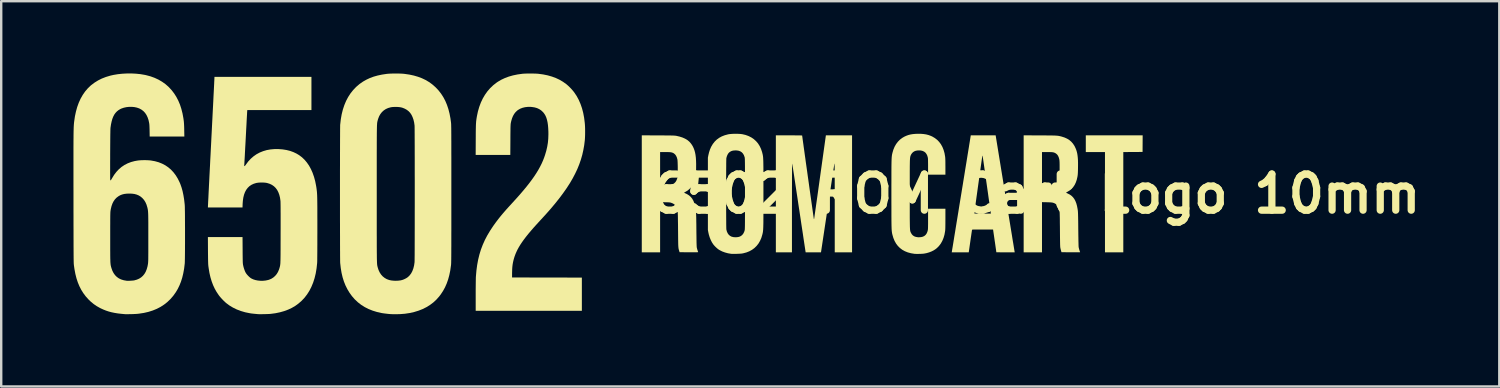
<source format=kicad_pcb>
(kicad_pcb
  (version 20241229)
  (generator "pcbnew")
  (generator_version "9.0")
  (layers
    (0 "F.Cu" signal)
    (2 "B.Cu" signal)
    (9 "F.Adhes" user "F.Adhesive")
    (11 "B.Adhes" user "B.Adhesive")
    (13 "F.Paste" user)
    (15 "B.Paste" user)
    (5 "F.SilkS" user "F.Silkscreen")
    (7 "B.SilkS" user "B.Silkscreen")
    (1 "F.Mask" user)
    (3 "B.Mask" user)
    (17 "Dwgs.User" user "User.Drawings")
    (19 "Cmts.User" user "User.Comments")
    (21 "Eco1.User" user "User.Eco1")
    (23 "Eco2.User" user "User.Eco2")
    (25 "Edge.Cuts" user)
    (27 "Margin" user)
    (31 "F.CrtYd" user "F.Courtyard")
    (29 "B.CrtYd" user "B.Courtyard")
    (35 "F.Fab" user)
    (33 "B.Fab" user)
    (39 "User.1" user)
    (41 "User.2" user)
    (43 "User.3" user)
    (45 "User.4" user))
  (footprint "6502 ROM Cart Logo 10mm"
    (layer "F.Cu")
    (at 39.973 4.998)
    (property "Reference" "6502 ROM Cart Logo 10mm" (at 0 0 0) (layer "F.SilkS") (effects (font (size 1.5 1.5) (thickness 0.3))))
    (attr board_only exclude_from_pos_files exclude_from_bom)
    (fp_poly (pts (xy 4.419 -2.084) (xy 4.417 -1.739) (xy 4.017 -1.737) (xy 3.617 -1.734) (xy 3.617 0.347) (xy 3.617 2.428) (xy 3.236 2.428) (xy 2.856 2.428) (xy 2.856 0.347) (xy 2.856 -1.735) (xy 2.458 -1.735) (xy 2.06 -1.735) (xy 2.06 -2.081) (xy 2.06 -2.428) (xy 3.241 -2.428) (xy 4.421 -2.428)) (stroke (width 0) (type solid)) (fill yes) (layer "F.SilkS"))
    (fp_poly (pts (xy -10.16 -2.428) (xy -10.065 -2.428) (xy -9.979 -2.427) (xy -9.903 -2.427) (xy -9.839 -2.426) (xy -9.787 -2.425) (xy -9.749 -2.423) (xy -9.725 -2.422) (xy -9.717 -2.421) (xy -9.716 -2.411) (xy -9.713 -2.385) (xy -9.707 -2.345) (xy -9.7 -2.29) (xy -9.691 -2.223) (xy -9.68 -2.144) (xy -9.667 -2.054) (xy -9.654 -1.954) (xy -9.638 -1.845) (xy -9.622 -1.728) (xy -9.605 -1.603) (xy -9.586 -1.473) (xy -9.568 -1.337) (xy -9.548 -1.197) (xy -9.528 -1.054) (xy -9.507 -0.908) (xy -9.487 -0.761) (xy -9.466 -0.613) (xy -9.445 -0.466) (xy -9.425 -0.32) (xy -9.405 -0.177) (xy -9.385 -0.037) (xy -9.366 0.099) (xy -9.347 0.23) (xy -9.33 0.354) (xy -9.313 0.471) (xy -9.298 0.58) (xy -9.284 0.681) (xy -9.271 0.771) (xy -9.26 0.85) (xy -9.25 0.917) (xy -9.242 0.971) (xy -9.236 1.012) (xy -9.232 1.038) (xy -9.231 1.048) (xy -9.231 1.048) (xy -9.222 1.048) (xy -9.222 1.047) (xy -9.22 1.038) (xy -9.216 1.014) (xy -9.21 0.974) (xy -9.202 0.919) (xy -9.193 0.851) (xy -9.181 0.771) (xy -9.168 0.678) (xy -9.153 0.574) (xy -9.137 0.459) (xy -9.119 0.335) (xy -9.1 0.201) (xy -9.08 0.06) (xy -9.059 -0.089) (xy -9.038 -0.244) (xy -9.015 -0.405) (xy -8.992 -0.572) (xy -8.975 -0.693) (xy -8.732 -2.428) (xy -8.188 -2.428) (xy -7.645 -2.428) (xy -7.645 0) (xy -7.645 2.428) (xy -8.004 2.428) (xy -8.364 2.428) (xy -8.364 0.588) (xy -8.364 0.396) (xy -8.364 0.211) (xy -8.364 0.035) (xy -8.364 -0.133) (xy -8.365 -0.292) (xy -8.365 -0.441) (xy -8.365 -0.579) (xy -8.366 -0.706) (xy -8.366 -0.822) (xy -8.367 -0.925) (xy -8.367 -1.015) (xy -8.368 -1.092) (xy -8.369 -1.154) (xy -8.369 -1.202) (xy -8.37 -1.234) (xy -8.371 -1.25) (xy -8.371 -1.252) (xy -8.372 -1.253) (xy -8.373 -1.253) (xy -8.374 -1.254) (xy -8.375 -1.253) (xy -8.376 -1.251) (xy -8.377 -1.247) (xy -8.379 -1.24) (xy -8.381 -1.229) (xy -8.384 -1.214) (xy -8.387 -1.194) (xy -8.391 -1.169) (xy -8.397 -1.138) (xy -8.402 -1.1) (xy -8.41 -1.055) (xy -8.418 -1.002) (xy -8.427 -0.94) (xy -8.438 -0.869) (xy -8.45 -0.788) (xy -8.464 -0.697) (xy -8.48 -0.594) (xy -8.497 -0.48) (xy -8.516 -0.353) (xy -8.537 -0.213) (xy -8.56 -0.059) (xy -8.586 0.109) (xy -8.613 0.292) (xy -8.643 0.491) (xy -8.665 0.637) (xy -8.935 2.428) (xy -9.254 2.428) (xy -9.572 2.428) (xy -9.577 2.397) (xy -9.579 2.385) (xy -9.583 2.357) (xy -9.59 2.315) (xy -9.598 2.259) (xy -9.609 2.19) (xy -9.621 2.109) (xy -9.635 2.017) (xy -9.65 1.916) (xy -9.667 1.805) (xy -9.684 1.687) (xy -9.703 1.561) (xy -9.723 1.43) (xy -9.744 1.294) (xy -9.765 1.153) (xy -9.786 1.01) (xy -9.808 0.864) (xy -9.83 0.718) (xy -9.853 0.571) (xy -9.875 0.425) (xy -9.896 0.282) (xy -9.917 0.14) (xy -9.938 0.003) (xy -9.958 -0.129) (xy -9.977 -0.256) (xy -9.995 -0.376) (xy -10.012 -0.488) (xy -10.028 -0.592) (xy -10.042 -0.686) (xy -10.054 -0.769) (xy -10.065 -0.841) (xy -10.074 -0.9) (xy -10.079 -0.933) (xy -10.09 -1.004) (xy -10.1 -1.07) (xy -10.11 -1.128) (xy -10.118 -1.177) (xy -10.125 -1.216) (xy -10.13 -1.241) (xy -10.133 -1.252) (xy -10.134 -1.252) (xy -10.134 -1.244) (xy -10.135 -1.219) (xy -10.136 -1.18) (xy -10.136 -1.125) (xy -10.137 -1.057) (xy -10.137 -0.975) (xy -10.138 -0.882) (xy -10.138 -0.776) (xy -10.139 -0.66) (xy -10.139 -0.534) (xy -10.139 -0.399) (xy -10.14 -0.255) (xy -10.14 -0.104) (xy -10.14 0.055) (xy -10.14 0.219) (xy -10.14 0.389) (xy -10.141 0.564) (xy -10.141 0.588) (xy -10.141 2.428) (xy -10.475 2.428) (xy -10.809 2.428) (xy -10.809 0) (xy -10.809 -2.428) (xy -10.263 -2.428)) (stroke (width 0) (type solid)) (fill yes) (layer "F.SilkS"))
    (fp_poly (pts (xy -1.291 -0.019) (xy -1.259 0.181) (xy -1.227 0.376) (xy -1.196 0.567) (xy -1.166 0.752) (xy -1.137 0.93) (xy -1.109 1.102) (xy -1.082 1.266) (xy -1.057 1.422) (xy -1.033 1.569) (xy -1.01 1.707) (xy -0.99 1.834) (xy -0.971 1.951) (xy -0.953 2.055) (xy -0.938 2.148) (xy -0.925 2.228) (xy -0.914 2.294) (xy -0.906 2.346) (xy -0.9 2.382) (xy -0.896 2.404) (xy -0.895 2.409) (xy -0.891 2.428) (xy -1.272 2.428) (xy -1.351 2.428) (xy -1.424 2.428) (xy -1.49 2.428) (xy -1.547 2.427) (xy -1.594 2.427) (xy -1.628 2.426) (xy -1.649 2.425) (xy -1.654 2.425) (xy -1.655 2.416) (xy -1.659 2.392) (xy -1.664 2.354) (xy -1.671 2.304) (xy -1.68 2.243) (xy -1.69 2.173) (xy -1.701 2.096) (xy -1.713 2.012) (xy -1.722 1.954) (xy -1.734 1.867) (xy -1.746 1.786) (xy -1.757 1.71) (xy -1.767 1.644) (xy -1.775 1.586) (xy -1.782 1.54) (xy -1.786 1.507) (xy -1.789 1.488) (xy -1.79 1.484) (xy -1.798 1.483) (xy -1.821 1.483) (xy -1.859 1.482) (xy -1.908 1.482) (xy -1.968 1.481) (xy -2.037 1.481) (xy -2.114 1.481) (xy -2.196 1.481) (xy -2.225 1.481) (xy -2.322 1.481) (xy -2.403 1.481) (xy -2.471 1.481) (xy -2.525 1.482) (xy -2.569 1.482) (xy -2.602 1.483) (xy -2.626 1.484) (xy -2.643 1.486) (xy -2.654 1.488) (xy -2.66 1.49) (xy -2.663 1.493) (xy -2.664 1.495) (xy -2.666 1.506) (xy -2.67 1.533) (xy -2.676 1.572) (xy -2.684 1.624) (xy -2.693 1.686) (xy -2.703 1.757) (xy -2.715 1.835) (xy -2.727 1.919) (xy -2.734 1.969) (xy -2.8 2.428) (xy -3.154 2.428) (xy -3.507 2.428) (xy -3.503 2.409) (xy -3.501 2.4) (xy -3.497 2.374) (xy -3.491 2.334) (xy -3.482 2.279) (xy -3.47 2.211) (xy -3.457 2.13) (xy -3.442 2.038) (xy -3.425 1.934) (xy -3.407 1.82) (xy -3.387 1.697) (xy -3.365 1.566) (xy -3.343 1.427) (xy -3.319 1.28) (xy -3.294 1.128) (xy -3.268 0.971) (xy -3.242 0.809) (xy -3.241 0.806) (xy -2.568 0.806) (xy -2.567 0.81) (xy -2.563 0.813) (xy -2.555 0.815) (xy -2.542 0.817) (xy -2.521 0.818) (xy -2.491 0.819) (xy -2.451 0.82) (xy -2.398 0.82) (xy -2.333 0.821) (xy -2.252 0.821) (xy -2.224 0.821) (xy -1.881 0.821) (xy -1.886 0.793) (xy -1.887 0.782) (xy -1.891 0.754) (xy -1.897 0.712) (xy -1.905 0.656) (xy -1.915 0.588) (xy -1.927 0.507) (xy -1.94 0.415) (xy -1.954 0.314) (xy -1.97 0.204) (xy -1.987 0.085) (xy -2.004 -0.04) (xy -2.023 -0.171) (xy -2.042 -0.307) (xy -2.056 -0.406) (xy -2.076 -0.544) (xy -2.095 -0.679) (xy -2.113 -0.807) (xy -2.13 -0.929) (xy -2.147 -1.044) (xy -2.162 -1.15) (xy -2.176 -1.246) (xy -2.188 -1.333) (xy -2.199 -1.408) (xy -2.209 -1.471) (xy -2.216 -1.52) (xy -2.221 -1.556) (xy -2.225 -1.576) (xy -2.226 -1.581) (xy -2.234 -1.58) (xy -2.235 -1.58) (xy -2.236 -1.571) (xy -2.24 -1.547) (xy -2.246 -1.508) (xy -2.254 -1.456) (xy -2.263 -1.392) (xy -2.274 -1.316) (xy -2.286 -1.231) (xy -2.299 -1.137) (xy -2.313 -1.036) (xy -2.329 -0.928) (xy -2.344 -0.815) (xy -2.361 -0.698) (xy -2.378 -0.578) (xy -2.395 -0.456) (xy -2.412 -0.334) (xy -2.429 -0.212) (xy -2.446 -0.091) (xy -2.462 0.026) (xy -2.478 0.14) (xy -2.493 0.249) (xy -2.507 0.351) (xy -2.52 0.446) (xy -2.532 0.532) (xy -2.542 0.609) (xy -2.551 0.675) (xy -2.558 0.728) (xy -2.564 0.769) (xy -2.567 0.795) (xy -2.568 0.806) (xy -3.241 0.806) (xy -3.215 0.643) (xy -3.188 0.475) (xy -3.16 0.305) (xy -3.132 0.133) (xy -3.104 -0.038) (xy -3.076 -0.21) (xy -3.048 -0.38) (xy -3.021 -0.548) (xy -2.994 -0.713) (xy -2.968 -0.874) (xy -2.943 -1.03) (xy -2.918 -1.182) (xy -2.894 -1.327) (xy -2.872 -1.465) (xy -2.851 -1.595) (xy -2.831 -1.717) (xy -2.813 -1.829) (xy -2.796 -1.93) (xy -2.782 -2.021) (xy -2.769 -2.1) (xy -2.758 -2.166) (xy -2.752 -2.206) (xy -2.716 -2.428) (xy -2.2 -2.428) (xy -1.683 -2.428)) (stroke (width 0) (type solid)) (fill yes) (layer "F.SilkS"))
    (fp_poly (pts (xy -15.702 -2.426) (xy -15.576 -2.426) (xy -15.467 -2.425) (xy -15.372 -2.424) (xy -15.29 -2.424) (xy -15.221 -2.423) (xy -15.162 -2.422) (xy -15.113 -2.421) (xy -15.072 -2.42) (xy -15.039 -2.418) (xy -15.011 -2.416) (xy -14.988 -2.414) (xy -14.969 -2.412) (xy -14.952 -2.41) (xy -14.946 -2.409) (xy -14.811 -2.378) (xy -14.688 -2.339) (xy -14.58 -2.291) (xy -14.485 -2.234) (xy -14.405 -2.169) (xy -14.358 -2.118) (xy -14.306 -2.05) (xy -14.261 -1.977) (xy -14.223 -1.899) (xy -14.191 -1.814) (xy -14.165 -1.721) (xy -14.145 -1.618) (xy -14.131 -1.504) (xy -14.123 -1.379) (xy -14.119 -1.239) (xy -14.12 -1.085) (xy -14.12 -1.053) (xy -14.124 -0.942) (xy -14.13 -0.846) (xy -14.138 -0.761) (xy -14.149 -0.685) (xy -14.164 -0.617) (xy -14.182 -0.552) (xy -14.204 -0.49) (xy -14.211 -0.471) (xy -14.259 -0.373) (xy -14.321 -0.282) (xy -14.395 -0.202) (xy -14.478 -0.133) (xy -14.57 -0.078) (xy -14.585 -0.071) (xy -14.608 -0.058) (xy -14.615 -0.048) (xy -14.606 -0.039) (xy -14.593 -0.033) (xy -14.497 0.012) (xy -14.414 0.065) (xy -14.343 0.127) (xy -14.284 0.2) (xy -14.235 0.285) (xy -14.195 0.383) (xy -14.177 0.441) (xy -14.167 0.478) (xy -14.158 0.513) (xy -14.151 0.547) (xy -14.144 0.583) (xy -14.138 0.62) (xy -14.133 0.661) (xy -14.128 0.706) (xy -14.124 0.758) (xy -14.121 0.816) (xy -14.119 0.883) (xy -14.116 0.959) (xy -14.114 1.046) (xy -14.113 1.145) (xy -14.111 1.258) (xy -14.11 1.386) (xy -14.109 1.493) (xy -14.108 1.621) (xy -14.106 1.732) (xy -14.105 1.83) (xy -14.104 1.913) (xy -14.103 1.984) (xy -14.102 2.044) (xy -14.1 2.094) (xy -14.099 2.135) (xy -14.097 2.168) (xy -14.096 2.195) (xy -14.094 2.216) (xy -14.091 2.232) (xy -14.089 2.246) (xy -14.088 2.248) (xy -14.071 2.312) (xy -14.05 2.377) (xy -14.037 2.414) (xy -14.036 2.417) (xy -14.038 2.42) (xy -14.044 2.422) (xy -14.056 2.424) (xy -14.074 2.425) (xy -14.101 2.426) (xy -14.138 2.427) (xy -14.185 2.427) (xy -14.245 2.427) (xy -14.32 2.427) (xy -14.409 2.426) (xy -14.418 2.426) (xy -14.806 2.424) (xy -14.822 2.373) (xy -14.829 2.35) (xy -14.835 2.328) (xy -14.841 2.308) (xy -14.846 2.288) (xy -14.85 2.266) (xy -14.853 2.241) (xy -14.856 2.213) (xy -14.859 2.179) (xy -14.861 2.139) (xy -14.863 2.092) (xy -14.864 2.036) (xy -14.865 1.97) (xy -14.866 1.892) (xy -14.867 1.802) (xy -14.868 1.698) (xy -14.869 1.58) (xy -14.87 1.502) (xy -14.871 1.372) (xy -14.872 1.258) (xy -14.874 1.159) (xy -14.875 1.073) (xy -14.876 0.999) (xy -14.877 0.937) (xy -14.878 0.885) (xy -14.88 0.841) (xy -14.881 0.806) (xy -14.883 0.777) (xy -14.885 0.754) (xy -14.887 0.735) (xy -14.89 0.719) (xy -14.89 0.717) (xy -14.91 0.632) (xy -14.934 0.562) (xy -14.964 0.504) (xy -15.003 0.458) (xy -15.05 0.42) (xy -15.109 0.389) (xy -15.158 0.371) (xy -15.178 0.365) (xy -15.198 0.36) (xy -15.221 0.357) (xy -15.251 0.354) (xy -15.289 0.352) (xy -15.338 0.351) (xy -15.401 0.349) (xy -15.414 0.349) (xy -15.615 0.345) (xy -15.615 1.387) (xy -15.615 2.428) (xy -15.996 2.428) (xy -16.376 2.428) (xy -16.376 -0.000421) (xy -16.376 -1.04) (xy -15.615 -1.04) (xy -15.615 -0.345) (xy -15.414 -0.349) (xy -15.345 -0.351) (xy -15.29 -0.353) (xy -15.248 -0.355) (xy -15.215 -0.358) (xy -15.19 -0.362) (xy -15.17 -0.367) (xy -15.166 -0.368) (xy -15.09 -0.399) (xy -15.027 -0.44) (xy -14.976 -0.491) (xy -14.937 -0.555) (xy -14.908 -0.632) (xy -14.898 -0.668) (xy -14.894 -0.698) (xy -14.89 -0.742) (xy -14.887 -0.797) (xy -14.885 -0.862) (xy -14.883 -0.933) (xy -14.882 -1.008) (xy -14.882 -1.085) (xy -14.883 -1.161) (xy -14.885 -1.233) (xy -14.887 -1.298) (xy -14.89 -1.355) (xy -14.893 -1.401) (xy -14.898 -1.432) (xy -14.898 -1.433) (xy -14.921 -1.514) (xy -14.953 -1.582) (xy -14.994 -1.638) (xy -15.043 -1.679) (xy -15.064 -1.692) (xy -15.091 -1.704) (xy -15.118 -1.714) (xy -15.147 -1.722) (xy -15.181 -1.727) (xy -15.223 -1.731) (xy -15.275 -1.733) (xy -15.339 -1.734) (xy -15.405 -1.735) (xy -15.615 -1.735) (xy -15.615 -1.04) (xy -16.376 -1.04) (xy -16.376 -2.429)) (stroke (width 0) (type solid)) (fill yes) (layer "F.SilkS"))
    (fp_poly (pts (xy 0.154 -2.426) (xy 0.282 -2.426) (xy 0.394 -2.425) (xy 0.492 -2.424) (xy 0.577 -2.424) (xy 0.65 -2.423) (xy 0.713 -2.421) (xy 0.766 -2.42) (xy 0.812 -2.417) (xy 0.852 -2.415) (xy 0.886 -2.412) (xy 0.917 -2.408) (xy 0.945 -2.403) (xy 0.971 -2.398) (xy 0.998 -2.392) (xy 1.026 -2.385) (xy 1.056 -2.377) (xy 1.176 -2.339) (xy 1.282 -2.291) (xy 1.376 -2.233) (xy 1.458 -2.163) (xy 1.528 -2.083) (xy 1.589 -1.99) (xy 1.607 -1.954) (xy 1.638 -1.888) (xy 1.665 -1.82) (xy 1.686 -1.75) (xy 1.704 -1.675) (xy 1.717 -1.594) (xy 1.727 -1.504) (xy 1.734 -1.405) (xy 1.737 -1.294) (xy 1.737 -1.168) (xy 1.736 -1.083) (xy 1.735 -1.001) (xy 1.733 -0.933) (xy 1.731 -0.877) (xy 1.728 -0.831) (xy 1.725 -0.791) (xy 1.72 -0.756) (xy 1.715 -0.723) (xy 1.715 -0.719) (xy 1.686 -0.59) (xy 1.647 -0.475) (xy 1.599 -0.373) (xy 1.539 -0.283) (xy 1.469 -0.205) (xy 1.388 -0.139) (xy 1.301 -0.087) (xy 1.273 -0.071) (xy 1.252 -0.058) (xy 1.242 -0.05) (xy 1.242 -0.048) (xy 1.25 -0.042) (xy 1.27 -0.032) (xy 1.299 -0.018) (xy 1.311 -0.012) (xy 1.394 0.03) (xy 1.466 0.081) (xy 1.528 0.142) (xy 1.582 0.213) (xy 1.627 0.297) (xy 1.665 0.393) (xy 1.695 0.502) (xy 1.719 0.627) (xy 1.727 0.681) (xy 1.73 0.704) (xy 1.732 0.73) (xy 1.734 0.763) (xy 1.736 0.802) (xy 1.738 0.849) (xy 1.739 0.906) (xy 1.741 0.972) (xy 1.742 1.05) (xy 1.744 1.14) (xy 1.745 1.244) (xy 1.746 1.363) (xy 1.747 1.476) (xy 1.749 1.598) (xy 1.75 1.712) (xy 1.752 1.817) (xy 1.753 1.913) (xy 1.755 1.997) (xy 1.757 2.069) (xy 1.758 2.128) (xy 1.76 2.173) (xy 1.762 2.203) (xy 1.763 2.215) (xy 1.775 2.268) (xy 1.79 2.323) (xy 1.805 2.372) (xy 1.811 2.388) (xy 1.819 2.409) (xy 1.823 2.423) (xy 1.823 2.424) (xy 1.815 2.425) (xy 1.792 2.426) (xy 1.755 2.426) (xy 1.706 2.427) (xy 1.647 2.427) (xy 1.579 2.427) (xy 1.505 2.427) (xy 1.437 2.426) (xy 1.051 2.424) (xy 1.039 2.386) (xy 1.032 2.36) (xy 1.022 2.324) (xy 1.012 2.284) (xy 1.01 2.272) (xy 1.006 2.258) (xy 1.004 2.243) (xy 1.001 2.228) (xy 0.999 2.209) (xy 0.997 2.187) (xy 0.996 2.16) (xy 0.994 2.127) (xy 0.993 2.086) (xy 0.992 2.037) (xy 0.991 1.978) (xy 0.99 1.908) (xy 0.989 1.827) (xy 0.988 1.732) (xy 0.987 1.623) (xy 0.986 1.498) (xy 0.986 1.481) (xy 0.985 1.354) (xy 0.983 1.242) (xy 0.982 1.146) (xy 0.982 1.062) (xy 0.981 0.991) (xy 0.979 0.931) (xy 0.978 0.881) (xy 0.977 0.839) (xy 0.976 0.804) (xy 0.974 0.776) (xy 0.972 0.753) (xy 0.97 0.734) (xy 0.968 0.717) (xy 0.965 0.702) (xy 0.962 0.687) (xy 0.962 0.685) (xy 0.937 0.598) (xy 0.903 0.526) (xy 0.861 0.467) (xy 0.81 0.421) (xy 0.769 0.397) (xy 0.74 0.384) (xy 0.713 0.374) (xy 0.684 0.366) (xy 0.651 0.36) (xy 0.611 0.356) (xy 0.562 0.353) (xy 0.501 0.351) (xy 0.442 0.349) (xy 0.241 0.345) (xy 0.241 1.387) (xy 0.241 2.428) (xy -0.14 2.428) (xy -0.52 2.428) (xy -0.52 -0.000421) (xy -0.52 -1.04) (xy 0.241 -1.04) (xy 0.241 -0.345) (xy 0.442 -0.349) (xy 0.521 -0.351) (xy 0.583 -0.354) (xy 0.631 -0.358) (xy 0.666 -0.362) (xy 0.685 -0.366) (xy 0.762 -0.395) (xy 0.824 -0.433) (xy 0.875 -0.482) (xy 0.914 -0.542) (xy 0.933 -0.584) (xy 0.943 -0.61) (xy 0.951 -0.636) (xy 0.957 -0.662) (xy 0.963 -0.69) (xy 0.966 -0.723) (xy 0.969 -0.763) (xy 0.971 -0.811) (xy 0.972 -0.869) (xy 0.973 -0.94) (xy 0.973 -1.025) (xy 0.973 -1.049) (xy 0.973 -1.134) (xy 0.973 -1.203) (xy 0.972 -1.26) (xy 0.971 -1.306) (xy 0.969 -1.343) (xy 0.967 -1.372) (xy 0.965 -1.397) (xy 0.961 -1.419) (xy 0.958 -1.438) (xy 0.935 -1.518) (xy 0.905 -1.583) (xy 0.867 -1.635) (xy 0.82 -1.675) (xy 0.8 -1.687) (xy 0.773 -1.701) (xy 0.748 -1.712) (xy 0.722 -1.72) (xy 0.691 -1.726) (xy 0.655 -1.73) (xy 0.61 -1.732) (xy 0.555 -1.734) (xy 0.485 -1.734) (xy 0.455 -1.734) (xy 0.241 -1.735) (xy 0.241 -1.04) (xy -0.52 -1.04) (xy -0.52 -2.429)) (stroke (width 0) (type solid)) (fill yes) (layer "F.SilkS"))
    (fp_poly (pts (xy -20.916 -4.995) (xy -20.841 -4.993) (xy -20.772 -4.991) (xy -20.714 -4.988) (xy -20.675 -4.985) (xy -20.474 -4.958) (xy -20.287 -4.92) (xy -20.111 -4.87) (xy -19.947 -4.81) (xy -19.793 -4.738) (xy -19.65 -4.654) (xy -19.515 -4.558) (xy -19.494 -4.541) (xy -19.439 -4.493) (xy -19.378 -4.435) (xy -19.316 -4.372) (xy -19.257 -4.306) (xy -19.205 -4.243) (xy -19.176 -4.205) (xy -19.078 -4.058) (xy -18.993 -3.9) (xy -18.92 -3.732) (xy -18.858 -3.553) (xy -18.808 -3.362) (xy -18.77 -3.16) (xy -18.743 -2.945) (xy -18.737 -2.873) (xy -18.733 -2.804) (xy -18.73 -2.722) (xy -18.729 -2.632) (xy -18.729 -2.539) (xy -18.73 -2.447) (xy -18.733 -2.36) (xy -18.737 -2.282) (xy -18.741 -2.229) (xy -18.766 -2.023) (xy -18.802 -1.82) (xy -18.847 -1.619) (xy -18.904 -1.422) (xy -18.972 -1.225) (xy -19.052 -1.028) (xy -19.145 -0.832) (xy -19.25 -0.633) (xy -19.368 -0.432) (xy -19.5 -0.229) (xy -19.646 -0.021) (xy -19.806 0.192) (xy -19.981 0.411) (xy -20.041 0.482) (xy -20.106 0.56) (xy -20.171 0.636) (xy -20.236 0.711) (xy -20.304 0.787) (xy -20.376 0.868) (xy -20.456 0.955) (xy -20.544 1.051) (xy -20.59 1.101) (xy -20.732 1.256) (xy -20.862 1.4) (xy -20.98 1.536) (xy -21.087 1.663) (xy -21.183 1.783) (xy -21.27 1.897) (xy -21.347 2.005) (xy -21.416 2.108) (xy -21.477 2.208) (xy -21.531 2.305) (xy -21.577 2.401) (xy -21.618 2.495) (xy -21.653 2.589) (xy -21.683 2.684) (xy -21.702 2.754) (xy -21.723 2.845) (xy -21.739 2.936) (xy -21.75 3.029) (xy -21.757 3.131) (xy -21.76 3.244) (xy -21.761 3.274) (xy -21.762 3.473) (xy -20.313 3.475) (xy -18.864 3.478) (xy -18.864 4.167) (xy -18.864 4.857) (xy -21.068 4.857) (xy -23.272 4.857) (xy -23.272 4.21) (xy -23.272 4.103) (xy -23.272 3.998) (xy -23.271 3.897) (xy -23.27 3.801) (xy -23.269 3.712) (xy -23.268 3.632) (xy -23.267 3.562) (xy -23.266 3.505) (xy -23.265 3.461) (xy -23.263 3.434) (xy -23.242 3.189) (xy -23.211 2.956) (xy -23.17 2.734) (xy -23.118 2.521) (xy -23.055 2.315) (xy -22.979 2.115) (xy -22.891 1.918) (xy -22.789 1.723) (xy -22.672 1.528) (xy -22.541 1.33) (xy -22.43 1.176) (xy -22.363 1.088) (xy -22.296 1.001) (xy -22.226 0.915) (xy -22.152 0.826) (xy -22.073 0.734) (xy -21.987 0.636) (xy -21.892 0.531) (xy -21.786 0.416) (xy -21.762 0.389) (xy -21.594 0.205) (xy -21.439 0.031) (xy -21.296 -0.136) (xy -21.165 -0.294) (xy -21.046 -0.445) (xy -20.937 -0.591) (xy -20.838 -0.731) (xy -20.749 -0.867) (xy -20.669 -0.999) (xy -20.598 -1.128) (xy -20.534 -1.255) (xy -20.478 -1.381) (xy -20.429 -1.507) (xy -20.393 -1.612) (xy -20.342 -1.784) (xy -20.303 -1.952) (xy -20.275 -2.118) (xy -20.259 -2.288) (xy -20.253 -2.466) (xy -20.254 -2.585) (xy -20.261 -2.729) (xy -20.272 -2.857) (xy -20.289 -2.972) (xy -20.312 -3.074) (xy -20.34 -3.165) (xy -20.375 -3.246) (xy -20.417 -3.317) (xy -20.466 -3.381) (xy -20.48 -3.396) (xy -20.553 -3.464) (xy -20.635 -3.518) (xy -20.726 -3.56) (xy -20.827 -3.589) (xy -20.939 -3.606) (xy -20.988 -3.61) (xy -21.109 -3.61) (xy -21.224 -3.597) (xy -21.33 -3.571) (xy -21.427 -3.533) (xy -21.513 -3.483) (xy -21.55 -3.455) (xy -21.617 -3.391) (xy -21.675 -3.317) (xy -21.723 -3.232) (xy -21.763 -3.135) (xy -21.796 -3.023) (xy -21.81 -2.959) (xy -21.814 -2.942) (xy -21.816 -2.925) (xy -21.819 -2.906) (xy -21.821 -2.885) (xy -21.823 -2.86) (xy -21.824 -2.83) (xy -21.826 -2.794) (xy -21.827 -2.749) (xy -21.828 -2.695) (xy -21.828 -2.631) (xy -21.829 -2.556) (xy -21.83 -2.467) (xy -21.831 -2.364) (xy -21.831 -2.245) (xy -21.831 -2.244) (xy -21.835 -1.616) (xy -22.554 -1.616) (xy -23.273 -1.616) (xy -23.27 -2.257) (xy -23.269 -2.384) (xy -23.269 -2.495) (xy -23.268 -2.592) (xy -23.267 -2.677) (xy -23.265 -2.751) (xy -23.264 -2.815) (xy -23.262 -2.872) (xy -23.259 -2.922) (xy -23.256 -2.967) (xy -23.253 -3.009) (xy -23.248 -3.048) (xy -23.243 -3.088) (xy -23.237 -3.128) (xy -23.23 -3.171) (xy -23.222 -3.217) (xy -23.221 -3.224) (xy -23.179 -3.423) (xy -23.124 -3.611) (xy -23.058 -3.789) (xy -22.979 -3.956) (xy -22.888 -4.111) (xy -22.786 -4.255) (xy -22.672 -4.387) (xy -22.546 -4.507) (xy -22.41 -4.614) (xy -22.358 -4.65) (xy -22.216 -4.734) (xy -22.063 -4.806) (xy -21.898 -4.868) (xy -21.721 -4.918) (xy -21.532 -4.957) (xy -21.33 -4.985) (xy -21.326 -4.985) (xy -21.28 -4.989) (xy -21.221 -4.992) (xy -21.151 -4.994) (xy -21.075 -4.995) (xy -20.995 -4.995)) (stroke (width 0) (type solid)) (fill yes) (layer "F.SilkS"))
    (fp_poly (pts (xy -4.803 -2.493) (xy -4.682 -2.484) (xy -4.57 -2.467) (xy -4.466 -2.44) (xy -4.367 -2.403) (xy -4.315 -2.379) (xy -4.208 -2.316) (xy -4.112 -2.242) (xy -4.027 -2.154) (xy -3.954 -2.055) (xy -3.893 -1.945) (xy -3.844 -1.822) (xy -3.806 -1.688) (xy -3.782 -1.551) (xy -3.778 -1.517) (xy -3.775 -1.477) (xy -3.773 -1.428) (xy -3.771 -1.369) (xy -3.77 -1.298) (xy -3.77 -1.213) (xy -3.769 -1.125) (xy -3.769 -0.795) (xy -4.129 -0.795) (xy -4.489 -0.795) (xy -4.489 -1.125) (xy -4.489 -1.215) (xy -4.49 -1.296) (xy -4.491 -1.365) (xy -4.492 -1.422) (xy -4.494 -1.465) (xy -4.497 -1.492) (xy -4.498 -1.499) (xy -4.521 -1.583) (xy -4.554 -1.652) (xy -4.597 -1.709) (xy -4.65 -1.751) (xy -4.714 -1.781) (xy -4.789 -1.799) (xy -4.863 -1.803) (xy -4.941 -1.799) (xy -5.007 -1.786) (xy -5.064 -1.763) (xy -5.113 -1.73) (xy -5.147 -1.697) (xy -5.179 -1.656) (xy -5.203 -1.613) (xy -5.208 -1.601) (xy -5.213 -1.588) (xy -5.218 -1.575) (xy -5.222 -1.562) (xy -5.226 -1.549) (xy -5.23 -1.533) (xy -5.233 -1.516) (xy -5.235 -1.495) (xy -5.238 -1.471) (xy -5.24 -1.442) (xy -5.242 -1.407) (xy -5.244 -1.366) (xy -5.245 -1.318) (xy -5.246 -1.262) (xy -5.247 -1.198) (xy -5.248 -1.124) (xy -5.248 -1.04) (xy -5.249 -0.945) (xy -5.249 -0.838) (xy -5.249 -0.719) (xy -5.249 -0.586) (xy -5.249 -0.439) (xy -5.249 -0.277) (xy -5.249 -0.1) (xy -5.249 0.004) (xy -5.249 0.191) (xy -5.249 0.362) (xy -5.249 0.518) (xy -5.249 0.659) (xy -5.249 0.786) (xy -5.249 0.9) (xy -5.249 1.002) (xy -5.248 1.093) (xy -5.247 1.173) (xy -5.246 1.243) (xy -5.245 1.303) (xy -5.244 1.356) (xy -5.242 1.401) (xy -5.24 1.439) (xy -5.238 1.471) (xy -5.236 1.498) (xy -5.233 1.52) (xy -5.23 1.539) (xy -5.226 1.555) (xy -5.222 1.569) (xy -5.217 1.581) (xy -5.212 1.593) (xy -5.207 1.605) (xy -5.201 1.617) (xy -5.165 1.679) (xy -5.119 1.728) (xy -5.062 1.765) (xy -4.994 1.789) (xy -4.914 1.802) (xy -4.864 1.803) (xy -4.778 1.797) (xy -4.704 1.779) (xy -4.642 1.748) (xy -4.59 1.704) (xy -4.549 1.647) (xy -4.518 1.576) (xy -4.501 1.513) (xy -4.498 1.496) (xy -4.495 1.474) (xy -4.493 1.445) (xy -4.492 1.409) (xy -4.491 1.363) (xy -4.49 1.307) (xy -4.489 1.238) (xy -4.489 1.156) (xy -4.489 1.058) (xy -4.489 1.036) (xy -4.489 0.618) (xy -4.129 0.618) (xy -3.769 0.618) (xy -3.769 1.036) (xy -3.77 1.141) (xy -3.77 1.231) (xy -3.771 1.307) (xy -3.772 1.371) (xy -3.773 1.425) (xy -3.775 1.469) (xy -3.777 1.505) (xy -3.78 1.536) (xy -3.782 1.551) (xy -3.808 1.697) (xy -3.847 1.831) (xy -3.898 1.954) (xy -3.961 2.066) (xy -4.037 2.166) (xy -4.125 2.254) (xy -4.176 2.295) (xy -4.254 2.346) (xy -4.345 2.392) (xy -4.446 2.431) (xy -4.553 2.462) (xy -4.662 2.483) (xy -4.666 2.483) (xy -4.704 2.487) (xy -4.754 2.49) (xy -4.812 2.493) (xy -4.872 2.494) (xy -4.932 2.495) (xy -4.987 2.494) (xy -5.033 2.493) (xy -5.06 2.49) (xy -5.203 2.466) (xy -5.335 2.43) (xy -5.454 2.382) (xy -5.563 2.321) (xy -5.659 2.248) (xy -5.744 2.163) (xy -5.818 2.065) (xy -5.88 1.955) (xy -5.93 1.833) (xy -5.969 1.699) (xy -5.974 1.677) (xy -5.979 1.656) (xy -5.984 1.635) (xy -5.987 1.613) (xy -5.991 1.59) (xy -5.994 1.565) (xy -5.997 1.536) (xy -6 1.504) (xy -6.002 1.467) (xy -6.004 1.425) (xy -6.005 1.377) (xy -6.007 1.321) (xy -6.008 1.257) (xy -6.009 1.185) (xy -6.01 1.103) (xy -6.01 1.011) (xy -6.011 0.907) (xy -6.011 0.792) (xy -6.011 0.664) (xy -6.011 0.522) (xy -6.012 0.365) (xy -6.012 0.194) (xy -6.012 0.006) (xy -6.012 0) (xy -6.012 -0.188) (xy -6.012 -0.36) (xy -6.011 -0.517) (xy -6.011 -0.659) (xy -6.011 -0.788) (xy -6.011 -0.904) (xy -6.01 -1.008) (xy -6.01 -1.1) (xy -6.009 -1.183) (xy -6.008 -1.255) (xy -6.007 -1.319) (xy -6.005 -1.375) (xy -6.004 -1.424) (xy -6.002 -1.466) (xy -6 -1.503) (xy -5.997 -1.535) (xy -5.994 -1.564) (xy -5.991 -1.589) (xy -5.988 -1.612) (xy -5.984 -1.634) (xy -5.979 -1.655) (xy -5.974 -1.676) (xy -5.969 -1.698) (xy -5.969 -1.699) (xy -5.93 -1.833) (xy -5.879 -1.956) (xy -5.816 -2.066) (xy -5.742 -2.164) (xy -5.657 -2.25) (xy -5.56 -2.323) (xy -5.475 -2.373) (xy -5.394 -2.41) (xy -5.313 -2.44) (xy -5.229 -2.462) (xy -5.138 -2.478) (xy -5.037 -2.488) (xy -4.937 -2.493)) (stroke (width 0) (type solid)) (fill yes) (layer "F.SilkS"))
    (fp_poly (pts (xy -12.42 -2.493) (xy -12.342 -2.49) (xy -12.272 -2.485) (xy -12.213 -2.478) (xy -12.201 -2.476) (xy -12.065 -2.444) (xy -11.939 -2.398) (xy -11.825 -2.34) (xy -11.722 -2.269) (xy -11.63 -2.186) (xy -11.549 -2.091) (xy -11.481 -1.983) (xy -11.425 -1.864) (xy -11.381 -1.734) (xy -11.373 -1.701) (xy -11.367 -1.677) (xy -11.361 -1.655) (xy -11.356 -1.633) (xy -11.352 -1.612) (xy -11.348 -1.589) (xy -11.344 -1.566) (xy -11.341 -1.539) (xy -11.338 -1.51) (xy -11.336 -1.476) (xy -11.334 -1.437) (xy -11.332 -1.393) (xy -11.33 -1.342) (xy -11.329 -1.283) (xy -11.328 -1.217) (xy -11.327 -1.141) (xy -11.326 -1.056) (xy -11.326 -0.959) (xy -11.326 -0.852) (xy -11.325 -0.732) (xy -11.325 -0.599) (xy -11.325 -0.451) (xy -11.325 -0.289) (xy -11.325 -0.112) (xy -11.325 0) (xy -11.325 0.187) (xy -11.325 0.358) (xy -11.325 0.514) (xy -11.325 0.655) (xy -11.325 0.783) (xy -11.326 0.898) (xy -11.326 1.001) (xy -11.327 1.092) (xy -11.327 1.174) (xy -11.328 1.245) (xy -11.33 1.309) (xy -11.331 1.364) (xy -11.333 1.412) (xy -11.335 1.454) (xy -11.337 1.49) (xy -11.34 1.522) (xy -11.343 1.55) (xy -11.346 1.576) (xy -11.35 1.599) (xy -11.354 1.621) (xy -11.358 1.642) (xy -11.364 1.664) (xy -11.369 1.686) (xy -11.373 1.701) (xy -11.413 1.834) (xy -11.467 1.955) (xy -11.532 2.066) (xy -11.61 2.164) (xy -11.699 2.251) (xy -11.8 2.325) (xy -11.911 2.386) (xy -12.033 2.434) (xy -12.166 2.469) (xy -12.197 2.475) (xy -12.229 2.48) (xy -12.275 2.484) (xy -12.331 2.487) (xy -12.392 2.49) (xy -12.455 2.492) (xy -12.516 2.494) (xy -12.573 2.494) (xy -12.62 2.493) (xy -12.656 2.491) (xy -12.662 2.491) (xy -12.794 2.469) (xy -12.92 2.435) (xy -13.037 2.392) (xy -13.143 2.338) (xy -13.186 2.312) (xy -13.227 2.281) (xy -13.273 2.241) (xy -13.321 2.196) (xy -13.365 2.149) (xy -13.402 2.105) (xy -13.407 2.099) (xy -13.463 2.014) (xy -13.513 1.915) (xy -13.557 1.806) (xy -13.592 1.69) (xy -13.612 1.601) (xy -13.631 1.502) (xy -13.631 0.056) (xy -12.874 0.056) (xy -12.874 0.194) (xy -12.874 0.331) (xy -12.873 0.465) (xy -12.873 0.595) (xy -12.873 0.721) (xy -12.872 0.841) (xy -12.872 0.953) (xy -12.871 1.058) (xy -12.87 1.154) (xy -12.87 1.239) (xy -12.869 1.313) (xy -12.868 1.375) (xy -12.867 1.423) (xy -12.866 1.457) (xy -12.865 1.475) (xy -12.865 1.477) (xy -12.843 1.563) (xy -12.81 1.636) (xy -12.767 1.696) (xy -12.714 1.743) (xy -12.651 1.777) (xy -12.577 1.796) (xy -12.546 1.8) (xy -12.467 1.803) (xy -12.394 1.797) (xy -12.331 1.784) (xy -12.327 1.782) (xy -12.261 1.752) (xy -12.206 1.708) (xy -12.16 1.65) (xy -12.124 1.578) (xy -12.106 1.522) (xy -12.104 1.514) (xy -12.102 1.506) (xy -12.101 1.494) (xy -12.099 1.481) (xy -12.098 1.463) (xy -12.097 1.441) (xy -12.096 1.414) (xy -12.095 1.381) (xy -12.094 1.341) (xy -12.093 1.293) (xy -12.093 1.238) (xy -12.092 1.173) (xy -12.092 1.099) (xy -12.092 1.014) (xy -12.091 0.917) (xy -12.091 0.809) (xy -12.091 0.688) (xy -12.091 0.553) (xy -12.091 0.404) (xy -12.091 0.239) (xy -12.091 0.059) (xy -12.091 0) (xy -12.091 -0.185) (xy -12.091 -0.355) (xy -12.091 -0.508) (xy -12.091 -0.648) (xy -12.091 -0.773) (xy -12.091 -0.885) (xy -12.092 -0.985) (xy -12.092 -1.074) (xy -12.092 -1.151) (xy -12.093 -1.219) (xy -12.093 -1.277) (xy -12.094 -1.327) (xy -12.095 -1.369) (xy -12.095 -1.404) (xy -12.096 -1.433) (xy -12.098 -1.457) (xy -12.099 -1.476) (xy -12.1 -1.491) (xy -12.102 -1.502) (xy -12.103 -1.512) (xy -12.105 -1.52) (xy -12.106 -1.522) (xy -12.135 -1.603) (xy -12.173 -1.669) (xy -12.221 -1.722) (xy -12.279 -1.761) (xy -12.347 -1.788) (xy -12.427 -1.801) (xy -12.476 -1.803) (xy -12.549 -1.8) (xy -12.61 -1.79) (xy -12.664 -1.772) (xy -12.713 -1.744) (xy -12.736 -1.728) (xy -12.776 -1.689) (xy -12.81 -1.636) (xy -12.839 -1.572) (xy -12.86 -1.501) (xy -12.865 -1.477) (xy -12.866 -1.462) (xy -12.867 -1.431) (xy -12.868 -1.386) (xy -12.869 -1.326) (xy -12.87 -1.254) (xy -12.87 -1.171) (xy -12.871 -1.077) (xy -12.872 -0.974) (xy -12.872 -0.863) (xy -12.873 -0.745) (xy -12.873 -0.62) (xy -12.873 -0.49) (xy -12.874 -0.357) (xy -12.874 -0.221) (xy -12.874 -0.083) (xy -12.874 0.056) (xy -13.631 0.056) (xy -13.631 0) (xy -13.631 -1.502) (xy -13.612 -1.601) (xy -13.583 -1.722) (xy -13.546 -1.837) (xy -13.501 -1.941) (xy -13.491 -1.961) (xy -13.426 -2.07) (xy -13.35 -2.167) (xy -13.263 -2.252) (xy -13.165 -2.324) (xy -13.055 -2.384) (xy -12.933 -2.432) (xy -12.799 -2.468) (xy -12.776 -2.473) (xy -12.723 -2.481) (xy -12.656 -2.487) (xy -12.581 -2.491) (xy -12.501 -2.493)) (stroke (width 0) (type solid)) (fill yes) (layer "F.SilkS"))
    (fp_poly (pts (xy -30.092 -4.167) (xy -30.092 -3.477) (xy -31.423 -3.477) (xy -32.755 -3.477) (xy -32.761 -3.408) (xy -32.762 -3.39) (xy -32.764 -3.357) (xy -32.766 -3.31) (xy -32.77 -3.248) (xy -32.774 -3.175) (xy -32.779 -3.09) (xy -32.784 -2.994) (xy -32.789 -2.89) (xy -32.795 -2.778) (xy -32.802 -2.659) (xy -32.808 -2.534) (xy -32.815 -2.405) (xy -32.82 -2.31) (xy -32.827 -2.178) (xy -32.834 -2.05) (xy -32.841 -1.927) (xy -32.847 -1.81) (xy -32.853 -1.701) (xy -32.858 -1.599) (xy -32.863 -1.507) (xy -32.868 -1.425) (xy -32.872 -1.356) (xy -32.875 -1.298) (xy -32.877 -1.255) (xy -32.879 -1.227) (xy -32.88 -1.216) (xy -32.882 -1.183) (xy -32.882 -1.164) (xy -32.879 -1.154) (xy -32.873 -1.151) (xy -32.87 -1.151) (xy -32.857 -1.158) (xy -32.838 -1.18) (xy -32.813 -1.213) (xy -32.808 -1.221) (xy -32.714 -1.347) (xy -32.609 -1.459) (xy -32.495 -1.558) (xy -32.372 -1.644) (xy -32.239 -1.715) (xy -32.097 -1.772) (xy -31.948 -1.816) (xy -31.79 -1.844) (xy -31.624 -1.858) (xy -31.458 -1.858) (xy -31.288 -1.845) (xy -31.129 -1.82) (xy -30.981 -1.783) (xy -30.842 -1.733) (xy -30.712 -1.671) (xy -30.602 -1.605) (xy -30.486 -1.518) (xy -30.379 -1.416) (xy -30.282 -1.301) (xy -30.193 -1.173) (xy -30.115 -1.031) (xy -30.046 -0.878) (xy -29.987 -0.711) (xy -29.938 -0.533) (xy -29.9 -0.344) (xy -29.888 -0.273) (xy -29.883 -0.236) (xy -29.878 -0.202) (xy -29.874 -0.169) (xy -29.87 -0.136) (xy -29.866 -0.102) (xy -29.863 -0.067) (xy -29.86 -0.03) (xy -29.858 0.011) (xy -29.855 0.055) (xy -29.854 0.105) (xy -29.852 0.161) (xy -29.851 0.224) (xy -29.85 0.295) (xy -29.849 0.374) (xy -29.848 0.463) (xy -29.847 0.563) (xy -29.847 0.674) (xy -29.847 0.797) (xy -29.847 0.934) (xy -29.846 1.085) (xy -29.846 1.25) (xy -29.846 1.432) (xy -29.846 1.443) (xy -29.846 1.625) (xy -29.847 1.797) (xy -29.847 1.958) (xy -29.847 2.108) (xy -29.848 2.247) (xy -29.848 2.374) (xy -29.849 2.488) (xy -29.85 2.589) (xy -29.851 2.675) (xy -29.851 2.748) (xy -29.852 2.805) (xy -29.854 2.847) (xy -29.855 2.872) (xy -29.855 2.873) (xy -29.879 3.095) (xy -29.914 3.304) (xy -29.962 3.502) (xy -30.022 3.689) (xy -30.094 3.863) (xy -30.177 4.025) (xy -30.273 4.176) (xy -30.38 4.315) (xy -30.499 4.441) (xy -30.631 4.556) (xy -30.76 4.65) (xy -30.903 4.734) (xy -31.058 4.807) (xy -31.224 4.869) (xy -31.402 4.919) (xy -31.59 4.958) (xy -31.78 4.983) (xy -31.813 4.986) (xy -31.858 4.989) (xy -31.913 4.991) (xy -31.974 4.993) (xy -32.038 4.995) (xy -32.102 4.996) (xy -32.162 4.997) (xy -32.217 4.997) (xy -32.261 4.997) (xy -32.293 4.996) (xy -32.3 4.996) (xy -32.377 4.989) (xy -32.44 4.983) (xy -32.492 4.978) (xy -32.536 4.973) (xy -32.573 4.969) (xy -32.608 4.964) (xy -32.643 4.958) (xy -32.651 4.957) (xy -32.842 4.918) (xy -33.023 4.865) (xy -33.194 4.8) (xy -33.353 4.722) (xy -33.502 4.632) (xy -33.624 4.541) (xy -33.68 4.493) (xy -33.74 4.435) (xy -33.802 4.371) (xy -33.861 4.306) (xy -33.914 4.243) (xy -33.942 4.205) (xy -34.031 4.073) (xy -34.109 3.934) (xy -34.177 3.788) (xy -34.235 3.632) (xy -34.285 3.466) (xy -34.326 3.288) (xy -34.358 3.096) (xy -34.37 3.012) (xy -34.373 2.985) (xy -34.376 2.956) (xy -34.378 2.923) (xy -34.38 2.884) (xy -34.381 2.838) (xy -34.383 2.783) (xy -34.384 2.719) (xy -34.385 2.643) (xy -34.386 2.555) (xy -34.387 2.453) (xy -34.388 2.346) (xy -34.391 1.794) (xy -33.672 1.794) (xy -32.953 1.794) (xy -32.949 2.333) (xy -32.949 2.445) (xy -32.948 2.541) (xy -32.947 2.623) (xy -32.946 2.692) (xy -32.945 2.75) (xy -32.944 2.798) (xy -32.943 2.837) (xy -32.941 2.87) (xy -32.939 2.896) (xy -32.936 2.919) (xy -32.934 2.938) (xy -32.931 2.953) (xy -32.914 3.028) (xy -32.892 3.104) (xy -32.866 3.178) (xy -32.839 3.243) (xy -32.822 3.274) (xy -32.793 3.319) (xy -32.754 3.367) (xy -32.709 3.415) (xy -32.662 3.459) (xy -32.617 3.495) (xy -32.594 3.51) (xy -32.511 3.55) (xy -32.418 3.58) (xy -32.316 3.6) (xy -32.209 3.61) (xy -32.1 3.61) (xy -31.992 3.599) (xy -31.888 3.577) (xy -31.856 3.567) (xy -31.762 3.529) (xy -31.677 3.476) (xy -31.601 3.41) (xy -31.535 3.332) (xy -31.481 3.243) (xy -31.438 3.142) (xy -31.42 3.086) (xy -31.414 3.064) (xy -31.409 3.045) (xy -31.404 3.026) (xy -31.399 3.008) (xy -31.395 2.99) (xy -31.392 2.97) (xy -31.389 2.948) (xy -31.386 2.922) (xy -31.383 2.893) (xy -31.381 2.858) (xy -31.38 2.818) (xy -31.378 2.771) (xy -31.377 2.716) (xy -31.376 2.653) (xy -31.375 2.581) (xy -31.374 2.499) (xy -31.374 2.405) (xy -31.373 2.299) (xy -31.373 2.181) (xy -31.373 2.048) (xy -31.372 1.901) (xy -31.372 1.739) (xy -31.372 1.637) (xy -31.371 1.445) (xy -31.371 1.267) (xy -31.371 1.102) (xy -31.371 0.952) (xy -31.371 0.817) (xy -31.372 0.697) (xy -31.372 0.591) (xy -31.373 0.501) (xy -31.374 0.427) (xy -31.375 0.369) (xy -31.376 0.327) (xy -31.377 0.302) (xy -31.377 0.299) (xy -31.396 0.164) (xy -31.426 0.042) (xy -31.466 -0.066) (xy -31.516 -0.162) (xy -31.577 -0.244) (xy -31.649 -0.314) (xy -31.731 -0.371) (xy -31.825 -0.416) (xy -31.93 -0.449) (xy -31.953 -0.454) (xy -32.011 -0.463) (xy -32.081 -0.468) (xy -32.157 -0.47) (xy -32.233 -0.468) (xy -32.306 -0.463) (xy -32.369 -0.453) (xy -32.385 -0.45) (xy -32.489 -0.418) (xy -32.583 -0.374) (xy -32.666 -0.318) (xy -32.738 -0.248) (xy -32.8 -0.166) (xy -32.851 -0.071) (xy -32.891 0.037) (xy -32.921 0.159) (xy -32.94 0.293) (xy -32.949 0.421) (xy -32.954 0.567) (xy -33.672 0.567) (xy -34.39 0.567) (xy -34.39 0.535) (xy -34.389 0.524) (xy -34.388 0.497) (xy -34.386 0.454) (xy -34.383 0.396) (xy -34.38 0.324) (xy -34.375 0.238) (xy -34.37 0.14) (xy -34.365 0.029) (xy -34.359 -0.094) (xy -34.352 -0.228) (xy -34.345 -0.372) (xy -34.337 -0.526) (xy -34.329 -0.689) (xy -34.32 -0.861) (xy -34.311 -1.04) (xy -34.301 -1.226) (xy -34.292 -1.419) (xy -34.281 -1.618) (xy -34.271 -1.822) (xy -34.26 -2.031) (xy -34.254 -2.145) (xy -34.244 -2.356) (xy -34.233 -2.563) (xy -34.223 -2.764) (xy -34.213 -2.961) (xy -34.203 -3.151) (xy -34.194 -3.334) (xy -34.185 -3.51) (xy -34.176 -3.678) (xy -34.168 -3.836) (xy -34.161 -3.986) (xy -34.154 -4.125) (xy -34.147 -4.254) (xy -34.141 -4.372) (xy -34.136 -4.477) (xy -34.131 -4.57) (xy -34.128 -4.649) (xy -34.124 -4.715) (xy -34.122 -4.766) (xy -34.12 -4.801) (xy -34.119 -4.821) (xy -34.119 -4.825) (xy -34.119 -4.857) (xy -32.105 -4.857) (xy -30.092 -4.857)) (stroke (width 0) (type solid)) (fill yes) (layer "F.SilkS"))
    (fp_poly (pts (xy -26.541 -4.996) (xy -26.448 -4.994) (xy -26.361 -4.991) (xy -26.284 -4.986) (xy -26.225 -4.98) (xy -26.026 -4.951) (xy -25.84 -4.911) (xy -25.666 -4.86) (xy -25.504 -4.799) (xy -25.353 -4.727) (xy -25.211 -4.643) (xy -25.079 -4.548) (xy -24.955 -4.44) (xy -24.927 -4.413) (xy -24.811 -4.289) (xy -24.707 -4.155) (xy -24.615 -4.012) (xy -24.534 -3.859) (xy -24.465 -3.695) (xy -24.406 -3.519) (xy -24.358 -3.332) (xy -24.32 -3.131) (xy -24.299 -2.978) (xy -24.297 -2.966) (xy -24.296 -2.952) (xy -24.295 -2.938) (xy -24.293 -2.921) (xy -24.292 -2.903) (xy -24.291 -2.881) (xy -24.29 -2.856) (xy -24.29 -2.827) (xy -24.289 -2.793) (xy -24.288 -2.754) (xy -24.287 -2.709) (xy -24.287 -2.658) (xy -24.286 -2.6) (xy -24.286 -2.535) (xy -24.285 -2.462) (xy -24.285 -2.381) (xy -24.285 -2.29) (xy -24.284 -2.19) (xy -24.284 -2.079) (xy -24.284 -1.958) (xy -24.284 -1.825) (xy -24.284 -1.681) (xy -24.283 -1.524) (xy -24.283 -1.355) (xy -24.283 -1.171) (xy -24.283 -0.974) (xy -24.283 -0.762) (xy -24.283 -0.535) (xy -24.283 -0.292) (xy -24.283 -0.033) (xy -24.283 0) (xy -24.283 0.261) (xy -24.283 0.506) (xy -24.283 0.735) (xy -24.283 0.949) (xy -24.283 1.148) (xy -24.283 1.333) (xy -24.283 1.504) (xy -24.284 1.662) (xy -24.284 1.808) (xy -24.284 1.942) (xy -24.284 2.065) (xy -24.284 2.176) (xy -24.285 2.278) (xy -24.285 2.37) (xy -24.285 2.452) (xy -24.286 2.527) (xy -24.286 2.593) (xy -24.287 2.651) (xy -24.287 2.703) (xy -24.288 2.749) (xy -24.289 2.788) (xy -24.29 2.823) (xy -24.29 2.853) (xy -24.291 2.878) (xy -24.292 2.9) (xy -24.293 2.919) (xy -24.294 2.936) (xy -24.296 2.951) (xy -24.297 2.964) (xy -24.298 2.977) (xy -24.299 2.978) (xy -24.328 3.184) (xy -24.368 3.377) (xy -24.417 3.557) (xy -24.477 3.726) (xy -24.547 3.885) (xy -24.629 4.034) (xy -24.722 4.175) (xy -24.79 4.264) (xy -24.904 4.392) (xy -25.029 4.508) (xy -25.167 4.612) (xy -25.315 4.704) (xy -25.474 4.784) (xy -25.644 4.851) (xy -25.824 4.906) (xy -26.014 4.949) (xy -26.213 4.979) (xy -26.421 4.995) (xy -26.639 4.999) (xy -26.788 4.995) (xy -26.838 4.991) (xy -26.899 4.986) (xy -26.967 4.978) (xy -27.036 4.97) (xy -27.101 4.961) (xy -27.156 4.953) (xy -27.181 4.949) (xy -27.373 4.905) (xy -27.554 4.849) (xy -27.724 4.781) (xy -27.883 4.7) (xy -28.031 4.606) (xy -28.167 4.5) (xy -28.294 4.38) (xy -28.409 4.248) (xy -28.51 4.109) (xy -28.599 3.962) (xy -28.677 3.806) (xy -28.743 3.641) (xy -28.798 3.466) (xy -28.842 3.279) (xy -28.875 3.08) (xy -28.898 2.873) (xy -28.899 2.855) (xy -28.9 2.82) (xy -28.901 2.771) (xy -28.901 2.707) (xy -28.902 2.629) (xy -28.903 2.538) (xy -28.903 2.435) (xy -28.904 2.32) (xy -28.904 2.195) (xy -28.905 2.06) (xy -28.905 1.916) (xy -28.905 1.763) (xy -28.906 1.603) (xy -28.906 1.436) (xy -28.906 1.262) (xy -28.907 1.084) (xy -28.907 0.901) (xy -28.907 0.715) (xy -28.907 0.525) (xy -28.907 0.334) (xy -28.907 0.141) (xy -28.907 -0.052) (xy -28.907 -0.246) (xy -28.907 -0.438) (xy -28.907 -0.62) (xy -27.38 -0.62) (xy -27.38 -0.381) (xy -27.38 -0.126) (xy -27.38 0) (xy -27.38 0.263) (xy -27.38 0.509) (xy -27.38 0.739) (xy -27.38 0.955) (xy -27.38 1.155) (xy -27.38 1.341) (xy -27.38 1.514) (xy -27.38 1.674) (xy -27.379 1.821) (xy -27.379 1.956) (xy -27.379 2.08) (xy -27.379 2.193) (xy -27.378 2.296) (xy -27.378 2.389) (xy -27.377 2.472) (xy -27.376 2.548) (xy -27.376 2.615) (xy -27.375 2.674) (xy -27.374 2.727) (xy -27.372 2.773) (xy -27.371 2.813) (xy -27.37 2.848) (xy -27.368 2.879) (xy -27.367 2.905) (xy -27.365 2.927) (xy -27.363 2.946) (xy -27.361 2.963) (xy -27.358 2.978) (xy -27.356 2.991) (xy -27.353 3.004) (xy -27.35 3.016) (xy -27.347 3.028) (xy -27.343 3.041) (xy -27.342 3.048) (xy -27.307 3.16) (xy -27.26 3.261) (xy -27.202 3.35) (xy -27.133 3.427) (xy -27.054 3.49) (xy -26.966 3.541) (xy -26.868 3.577) (xy -26.86 3.579) (xy -26.779 3.596) (xy -26.688 3.606) (xy -26.592 3.61) (xy -26.496 3.606) (xy -26.407 3.596) (xy -26.365 3.588) (xy -26.295 3.568) (xy -26.223 3.538) (xy -26.154 3.502) (xy -26.095 3.462) (xy -26.081 3.451) (xy -26.01 3.381) (xy -25.949 3.298) (xy -25.899 3.201) (xy -25.859 3.092) (xy -25.829 2.969) (xy -25.81 2.835) (xy -25.81 2.819) (xy -25.809 2.787) (xy -25.808 2.74) (xy -25.808 2.678) (xy -25.807 2.602) (xy -25.806 2.514) (xy -25.806 2.413) (xy -25.805 2.3) (xy -25.805 2.177) (xy -25.805 2.044) (xy -25.804 1.902) (xy -25.804 1.751) (xy -25.804 1.593) (xy -25.803 1.428) (xy -25.803 1.256) (xy -25.803 1.08) (xy -25.803 0.899) (xy -25.803 0.715) (xy -25.802 0.527) (xy -25.802 0.338) (xy -25.802 0.147) (xy -25.802 -0.045) (xy -25.802 -0.236) (xy -25.802 -0.427) (xy -25.802 -0.616) (xy -25.803 -0.802) (xy -25.803 -0.985) (xy -25.803 -1.163) (xy -25.803 -1.337) (xy -25.803 -1.506) (xy -25.804 -1.668) (xy -25.804 -1.823) (xy -25.804 -1.969) (xy -25.805 -2.107) (xy -25.805 -2.236) (xy -25.806 -2.354) (xy -25.806 -2.462) (xy -25.807 -2.557) (xy -25.807 -2.64) (xy -25.808 -2.709) (xy -25.808 -2.764) (xy -25.809 -2.804) (xy -25.81 -2.829) (xy -25.81 -2.835) (xy -25.828 -2.964) (xy -25.856 -3.082) (xy -25.894 -3.189) (xy -25.94 -3.284) (xy -25.992 -3.361) (xy -26.055 -3.428) (xy -26.132 -3.488) (xy -26.218 -3.536) (xy -26.312 -3.574) (xy -26.369 -3.589) (xy -26.428 -3.599) (xy -26.498 -3.606) (xy -26.574 -3.609) (xy -26.65 -3.608) (xy -26.722 -3.604) (xy -26.785 -3.596) (xy -26.8 -3.593) (xy -26.908 -3.563) (xy -27.005 -3.519) (xy -27.091 -3.462) (xy -27.166 -3.393) (xy -27.23 -3.311) (xy -27.283 -3.217) (xy -27.324 -3.11) (xy -27.342 -3.048) (xy -27.345 -3.034) (xy -27.348 -3.022) (xy -27.352 -3.009) (xy -27.354 -2.997) (xy -27.357 -2.984) (xy -27.359 -2.97) (xy -27.362 -2.955) (xy -27.364 -2.937) (xy -27.366 -2.916) (xy -27.367 -2.891) (xy -27.369 -2.863) (xy -27.371 -2.831) (xy -27.372 -2.793) (xy -27.373 -2.749) (xy -27.374 -2.7) (xy -27.375 -2.644) (xy -27.376 -2.58) (xy -27.377 -2.509) (xy -27.377 -2.429) (xy -27.378 -2.341) (xy -27.378 -2.243) (xy -27.379 -2.135) (xy -27.379 -2.016) (xy -27.379 -1.886) (xy -27.38 -1.745) (xy -27.38 -1.591) (xy -27.38 -1.425) (xy -27.38 -1.245) (xy -27.38 -1.051) (xy -27.38 -0.843) (xy -27.38 -0.62) (xy -28.907 -0.62) (xy -28.907 -0.628) (xy -28.907 -0.816) (xy -28.907 -1.001) (xy -28.906 -1.181) (xy -28.906 -1.357) (xy -28.906 -1.527) (xy -28.906 -1.69) (xy -28.905 -1.847) (xy -28.905 -1.995) (xy -28.904 -2.134) (xy -28.904 -2.264) (xy -28.903 -2.384) (xy -28.903 -2.492) (xy -28.902 -2.589) (xy -28.902 -2.673) (xy -28.901 -2.743) (xy -28.9 -2.8) (xy -28.9 -2.841) (xy -28.899 -2.866) (xy -28.898 -2.873) (xy -28.873 -3.094) (xy -28.836 -3.303) (xy -28.787 -3.5) (xy -28.725 -3.686) (xy -28.652 -3.86) (xy -28.566 -4.022) (xy -28.468 -4.173) (xy -28.358 -4.311) (xy -28.237 -4.438) (xy -28.103 -4.553) (xy -28.082 -4.569) (xy -27.951 -4.66) (xy -27.812 -4.739) (xy -27.665 -4.808) (xy -27.508 -4.866) (xy -27.34 -4.913) (xy -27.16 -4.951) (xy -26.967 -4.98) (xy -26.961 -4.981) (xy -26.895 -4.987) (xy -26.817 -4.991) (xy -26.729 -4.994) (xy -26.636 -4.996)) (stroke (width 0) (type solid)) (fill yes) (layer "F.SilkS"))
    (fp_poly (pts (xy -37.372 -4.988) (xy -37.188 -4.969) (xy -37.013 -4.939) (xy -36.958 -4.927) (xy -36.777 -4.879) (xy -36.606 -4.817) (xy -36.446 -4.743) (xy -36.296 -4.656) (xy -36.157 -4.558) (xy -36.031 -4.448) (xy -36.007 -4.424) (xy -35.892 -4.299) (xy -35.79 -4.165) (xy -35.699 -4.021) (xy -35.619 -3.867) (xy -35.55 -3.703) (xy -35.493 -3.527) (xy -35.445 -3.338) (xy -35.408 -3.137) (xy -35.392 -3.021) (xy -35.387 -2.965) (xy -35.382 -2.894) (xy -35.378 -2.81) (xy -35.375 -2.713) (xy -35.374 -2.642) (xy -35.369 -2.378) (xy -36.089 -2.378) (xy -36.808 -2.378) (xy -36.812 -2.621) (xy -36.814 -2.715) (xy -36.817 -2.793) (xy -36.82 -2.856) (xy -36.825 -2.905) (xy -36.83 -2.94) (xy -36.857 -3.066) (xy -36.895 -3.177) (xy -36.942 -3.275) (xy -36.999 -3.36) (xy -37.067 -3.433) (xy -37.145 -3.493) (xy -37.234 -3.542) (xy -37.245 -3.547) (xy -37.34 -3.58) (xy -37.444 -3.602) (xy -37.553 -3.612) (xy -37.664 -3.611) (xy -37.775 -3.599) (xy -37.881 -3.576) (xy -37.98 -3.542) (xy -38.029 -3.519) (xy -38.104 -3.474) (xy -38.17 -3.421) (xy -38.228 -3.359) (xy -38.279 -3.288) (xy -38.322 -3.205) (xy -38.359 -3.11) (xy -38.389 -3.002) (xy -38.415 -2.88) (xy -38.435 -2.743) (xy -38.436 -2.737) (xy -38.437 -2.715) (xy -38.439 -2.677) (xy -38.44 -2.621) (xy -38.441 -2.55) (xy -38.443 -2.463) (xy -38.444 -2.359) (xy -38.445 -2.241) (xy -38.446 -2.107) (xy -38.447 -1.957) (xy -38.448 -1.793) (xy -38.449 -1.614) (xy -38.449 -1.61) (xy -38.449 -1.455) (xy -38.45 -1.316) (xy -38.45 -1.192) (xy -38.45 -1.082) (xy -38.45 -0.986) (xy -38.451 -0.903) (xy -38.45 -0.831) (xy -38.45 -0.769) (xy -38.45 -0.718) (xy -38.449 -0.676) (xy -38.449 -0.642) (xy -38.448 -0.615) (xy -38.447 -0.595) (xy -38.446 -0.58) (xy -38.444 -0.57) (xy -38.442 -0.564) (xy -38.441 -0.56) (xy -38.438 -0.559) (xy -38.436 -0.558) (xy -38.436 -0.558) (xy -38.426 -0.563) (xy -38.413 -0.577) (xy -38.396 -0.604) (xy -38.373 -0.643) (xy -38.367 -0.653) (xy -38.283 -0.79) (xy -38.189 -0.913) (xy -38.087 -1.022) (xy -37.975 -1.117) (xy -37.854 -1.198) (xy -37.722 -1.266) (xy -37.581 -1.32) (xy -37.429 -1.361) (xy -37.296 -1.384) (xy -37.228 -1.391) (xy -37.149 -1.396) (xy -37.062 -1.398) (xy -36.974 -1.398) (xy -36.888 -1.395) (xy -36.81 -1.39) (xy -36.755 -1.384) (xy -36.59 -1.354) (xy -36.436 -1.311) (xy -36.293 -1.254) (xy -36.159 -1.184) (xy -36.036 -1.1) (xy -35.922 -1.003) (xy -35.819 -0.892) (xy -35.725 -0.768) (xy -35.64 -0.629) (xy -35.565 -0.476) (xy -35.533 -0.4) (xy -35.485 -0.264) (xy -35.443 -0.114) (xy -35.408 0.051) (xy -35.379 0.228) (xy -35.357 0.417) (xy -35.353 0.461) (xy -35.351 0.49) (xy -35.349 0.535) (xy -35.348 0.593) (xy -35.347 0.665) (xy -35.345 0.748) (xy -35.344 0.841) (xy -35.343 0.943) (xy -35.343 1.053) (xy -35.342 1.17) (xy -35.342 1.292) (xy -35.341 1.417) (xy -35.341 1.545) (xy -35.341 1.675) (xy -35.341 1.804) (xy -35.341 1.933) (xy -35.341 2.058) (xy -35.342 2.18) (xy -35.342 2.297) (xy -35.343 2.407) (xy -35.344 2.51) (xy -35.345 2.604) (xy -35.346 2.687) (xy -35.348 2.76) (xy -35.349 2.819) (xy -35.351 2.864) (xy -35.352 2.894) (xy -35.353 2.898) (xy -35.378 3.105) (xy -35.413 3.298) (xy -35.456 3.478) (xy -35.509 3.647) (xy -35.572 3.804) (xy -35.644 3.952) (xy -35.726 4.089) (xy -35.831 4.236) (xy -35.946 4.369) (xy -36.072 4.49) (xy -36.207 4.597) (xy -36.353 4.692) (xy -36.51 4.774) (xy -36.678 4.843) (xy -36.857 4.9) (xy -37.047 4.944) (xy -37.249 4.975) (xy -37.284 4.979) (xy -37.324 4.983) (xy -37.377 4.987) (xy -37.439 4.99) (xy -37.507 4.993) (xy -37.577 4.995) (xy -37.645 4.996) (xy -37.71 4.997) (xy -37.766 4.998) (xy -37.812 4.997) (xy -37.838 4.996) (xy -37.996 4.981) (xy -38.141 4.964) (xy -38.273 4.942) (xy -38.396 4.916) (xy -38.512 4.885) (xy -38.623 4.848) (xy -38.733 4.804) (xy -38.842 4.754) (xy -38.874 4.738) (xy -39.01 4.661) (xy -39.135 4.575) (xy -39.255 4.476) (xy -39.353 4.381) (xy -39.463 4.258) (xy -39.561 4.127) (xy -39.649 3.987) (xy -39.726 3.837) (xy -39.792 3.678) (xy -39.848 3.507) (xy -39.894 3.324) (xy -39.931 3.128) (xy -39.955 2.961) (xy -39.956 2.949) (xy -39.957 2.935) (xy -39.959 2.919) (xy -39.96 2.901) (xy -39.961 2.88) (xy -39.962 2.855) (xy -39.963 2.826) (xy -39.964 2.793) (xy -39.964 2.754) (xy -39.965 2.709) (xy -39.966 2.657) (xy -39.966 2.599) (xy -39.967 2.533) (xy -39.967 2.459) (xy -39.968 2.376) (xy -39.968 2.283) (xy -39.969 2.181) (xy -39.969 2.069) (xy -39.969 1.945) (xy -39.97 1.81) (xy -39.97 1.802) (xy -38.447 1.802) (xy -38.447 1.961) (xy -38.447 2.105) (xy -38.447 2.233) (xy -38.447 2.347) (xy -38.446 2.449) (xy -38.446 2.538) (xy -38.445 2.617) (xy -38.444 2.685) (xy -38.442 2.744) (xy -38.441 2.796) (xy -38.439 2.84) (xy -38.436 2.878) (xy -38.433 2.911) (xy -38.43 2.94) (xy -38.426 2.966) (xy -38.421 2.99) (xy -38.416 3.013) (xy -38.41 3.035) (xy -38.403 3.058) (xy -38.396 3.083) (xy -38.357 3.194) (xy -38.306 3.292) (xy -38.245 3.377) (xy -38.173 3.449) (xy -38.091 3.508) (xy -37.999 3.553) (xy -37.896 3.585) (xy -37.842 3.596) (xy -37.81 3.601) (xy -37.783 3.606) (xy -37.767 3.609) (xy -37.766 3.609) (xy -37.747 3.611) (xy -37.715 3.611) (xy -37.673 3.611) (xy -37.627 3.609) (xy -37.578 3.606) (xy -37.531 3.603) (xy -37.49 3.599) (xy -37.458 3.595) (xy -37.448 3.593) (xy -37.341 3.563) (xy -37.245 3.521) (xy -37.161 3.468) (xy -37.088 3.402) (xy -37.025 3.324) (xy -36.973 3.234) (xy -36.931 3.13) (xy -36.898 3.013) (xy -36.88 2.913) (xy -36.878 2.897) (xy -36.875 2.88) (xy -36.874 2.86) (xy -36.872 2.838) (xy -36.871 2.812) (xy -36.869 2.782) (xy -36.868 2.745) (xy -36.867 2.701) (xy -36.867 2.649) (xy -36.866 2.589) (xy -36.866 2.519) (xy -36.865 2.437) (xy -36.865 2.344) (xy -36.865 2.238) (xy -36.865 2.119) (xy -36.865 1.984) (xy -36.865 1.834) (xy -36.865 1.811) (xy -36.865 1.653) (xy -36.865 1.512) (xy -36.865 1.385) (xy -36.865 1.272) (xy -36.865 1.173) (xy -36.866 1.085) (xy -36.867 1.008) (xy -36.868 0.941) (xy -36.869 0.882) (xy -36.871 0.832) (xy -36.873 0.788) (xy -36.875 0.751) (xy -36.878 0.718) (xy -36.881 0.689) (xy -36.884 0.663) (xy -36.889 0.639) (xy -36.893 0.615) (xy -36.899 0.592) (xy -36.904 0.567) (xy -36.907 0.558) (xy -36.941 0.445) (xy -36.987 0.343) (xy -37.043 0.254) (xy -37.111 0.178) (xy -37.115 0.173) (xy -37.186 0.114) (xy -37.263 0.067) (xy -37.346 0.032) (xy -37.438 0.007) (xy -37.541 -0.007) (xy -37.656 -0.011) (xy -37.768 -0.007) (xy -37.868 0.006) (xy -37.957 0.029) (xy -38.038 0.062) (xy -38.107 0.102) (xy -38.184 0.16) (xy -38.251 0.23) (xy -38.307 0.31) (xy -38.354 0.402) (xy -38.392 0.508) (xy -38.421 0.626) (xy -38.432 0.687) (xy -38.434 0.703) (xy -38.436 0.719) (xy -38.438 0.737) (xy -38.44 0.759) (xy -38.441 0.784) (xy -38.442 0.814) (xy -38.443 0.85) (xy -38.444 0.893) (xy -38.445 0.944) (xy -38.445 1.003) (xy -38.446 1.072) (xy -38.446 1.152) (xy -38.446 1.244) (xy -38.447 1.348) (xy -38.447 1.466) (xy -38.447 1.599) (xy -38.447 1.747) (xy -38.447 1.802) (xy -39.97 1.802) (xy -39.97 1.663) (xy -39.97 1.503) (xy -39.971 1.33) (xy -39.971 1.143) (xy -39.971 0.941) (xy -39.972 0.724) (xy -39.972 0.492) (xy -39.972 0.244) (xy -39.972 0.144) (xy -39.972 -0.119) (xy -39.973 -0.365) (xy -39.973 -0.596) (xy -39.973 -0.811) (xy -39.973 -1.012) (xy -39.973 -1.199) (xy -39.973 -1.372) (xy -39.973 -1.533) (xy -39.973 -1.681) (xy -39.973 -1.818) (xy -39.973 -1.943) (xy -39.972 -2.058) (xy -39.972 -2.163) (xy -39.971 -2.259) (xy -39.97 -2.345) (xy -39.97 -2.424) (xy -39.969 -2.495) (xy -39.968 -2.559) (xy -39.967 -2.617) (xy -39.965 -2.668) (xy -39.964 -2.715) (xy -39.963 -2.756) (xy -39.961 -2.794) (xy -39.959 -2.828) (xy -39.957 -2.859) (xy -39.955 -2.888) (xy -39.953 -2.915) (xy -39.95 -2.94) (xy -39.948 -2.965) (xy -39.945 -2.99) (xy -39.944 -2.996) (xy -39.913 -3.212) (xy -39.87 -3.415) (xy -39.817 -3.606) (xy -39.752 -3.785) (xy -39.676 -3.952) (xy -39.589 -4.105) (xy -39.491 -4.247) (xy -39.382 -4.375) (xy -39.263 -4.491) (xy -39.238 -4.512) (xy -39.1 -4.616) (xy -38.952 -4.708) (xy -38.794 -4.787) (xy -38.624 -4.853) (xy -38.443 -4.907) (xy -38.312 -4.937) (xy -38.132 -4.967) (xy -37.945 -4.987) (xy -37.754 -4.997) (xy -37.561 -4.998)) (stroke (width 0) (type solid)) (fill yes) (layer "F.SilkS")))
  (gr_rect
    (start -3 -3)
    (end 59.202 12.997)
    (stroke (width 0.1) (type default))
    (fill no)
    (layer "Edge.Cuts")))
</source>
